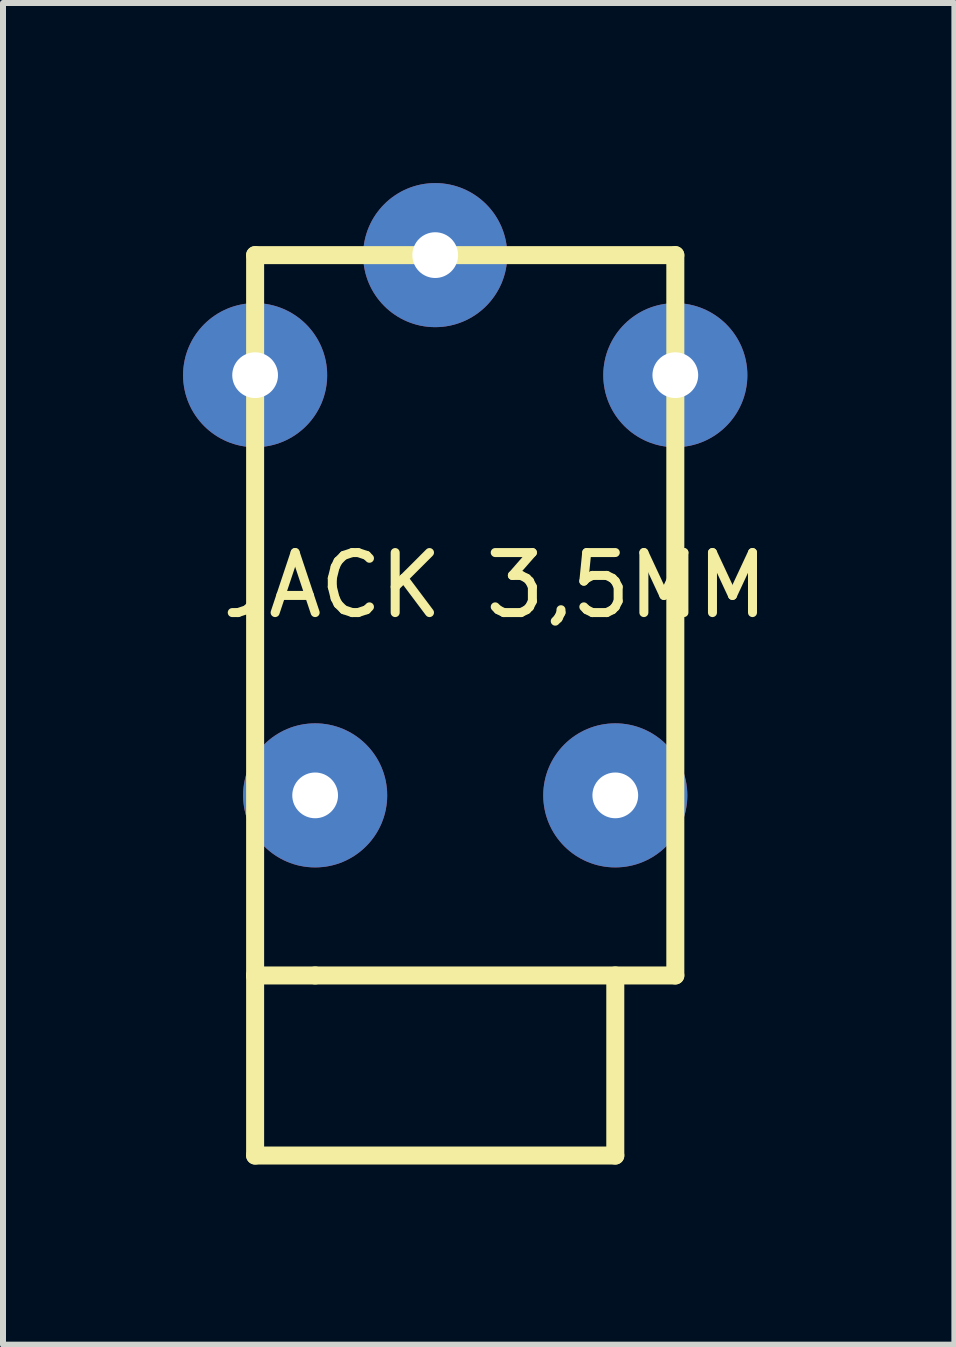
<source format=kicad_pcb>
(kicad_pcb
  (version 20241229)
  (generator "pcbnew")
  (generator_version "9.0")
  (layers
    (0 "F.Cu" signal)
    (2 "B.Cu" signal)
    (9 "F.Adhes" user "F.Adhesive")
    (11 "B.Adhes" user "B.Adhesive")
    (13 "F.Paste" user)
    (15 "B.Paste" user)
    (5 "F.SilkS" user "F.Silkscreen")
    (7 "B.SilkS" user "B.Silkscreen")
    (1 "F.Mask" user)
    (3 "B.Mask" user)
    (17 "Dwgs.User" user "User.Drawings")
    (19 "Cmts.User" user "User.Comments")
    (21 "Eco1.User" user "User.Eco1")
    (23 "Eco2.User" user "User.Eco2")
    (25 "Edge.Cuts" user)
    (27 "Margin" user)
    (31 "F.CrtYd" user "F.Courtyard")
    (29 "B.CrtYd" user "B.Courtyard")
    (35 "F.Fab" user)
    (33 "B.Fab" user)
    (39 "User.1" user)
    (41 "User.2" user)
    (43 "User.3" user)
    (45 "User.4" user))
  (footprint "JACK 3,5MM"
    (layer "F.Cu")
    (at 1.2 1.2)
    (property "Reference" "JACK 3,5MM" (at 4 5.5 0) (layer "F.SilkS") (effects (font (size 1 1) (thickness 0.15))))
    (attr through_hole)
    (fp_line (start 0 0) (end 7 0) (stroke (width 0.3) (type solid)) (layer "F.SilkS"))
    (fp_line (start 0 12) (end 0 0) (stroke (width 0.3) (type solid)) (layer "F.SilkS"))
    (fp_line (start 0 12) (end 0 15) (stroke (width 0.3) (type solid)) (layer "F.SilkS"))
    (fp_line (start 0 15) (end 6 15) (stroke (width 0.3) (type solid)) (layer "F.SilkS"))
    (fp_line (start 1 12) (end 0 12) (stroke (width 0.3) (type solid)) (layer "F.SilkS"))
    (fp_line (start 6 15) (end 6 12) (stroke (width 0.3) (type solid)) (layer "F.SilkS"))
    (fp_line (start 7 0) (end 7 12) (stroke (width 0.3) (type solid)) (layer "F.SilkS"))
    (fp_line (start 7 12) (end 1 12) (stroke (width 0.3) (type solid)) (layer "F.SilkS"))
    (pad "" thru_hole circle (at 1 9) (size 2.4 2.4) (drill 0.762) (layers "*.Cu" "*.Mask"))
    (pad "" thru_hole circle (at 6 9) (size 2.4 2.4) (drill 0.762) (layers "*.Cu" "*.Mask"))
    (pad "1" thru_hole circle (at 0 2) (size 2.4 2.4) (drill 0.762) (layers "*.Cu" "*.Mask"))
    (pad "2" thru_hole circle (at 7 2) (size 2.4 2.4) (drill 0.762) (layers "*.Cu" "*.Mask"))
    (pad "3" thru_hole circle (at 3 0) (size 2.4 2.4) (drill 0.762) (layers "*.Cu" "*.Mask")))
  (gr_rect
    (start -3 -3)
    (end 12.849 19.35)
    (stroke (width 0.1) (type default))
    (fill no)
    (layer "Edge.Cuts")))
</source>
